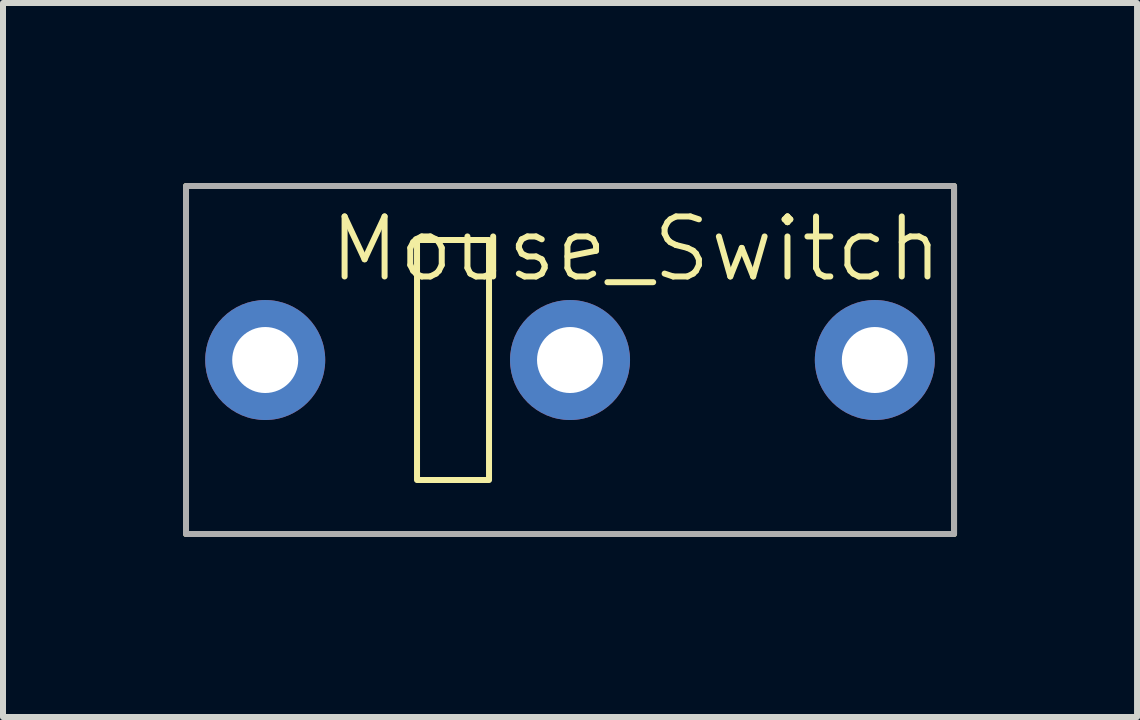
<source format=kicad_pcb>
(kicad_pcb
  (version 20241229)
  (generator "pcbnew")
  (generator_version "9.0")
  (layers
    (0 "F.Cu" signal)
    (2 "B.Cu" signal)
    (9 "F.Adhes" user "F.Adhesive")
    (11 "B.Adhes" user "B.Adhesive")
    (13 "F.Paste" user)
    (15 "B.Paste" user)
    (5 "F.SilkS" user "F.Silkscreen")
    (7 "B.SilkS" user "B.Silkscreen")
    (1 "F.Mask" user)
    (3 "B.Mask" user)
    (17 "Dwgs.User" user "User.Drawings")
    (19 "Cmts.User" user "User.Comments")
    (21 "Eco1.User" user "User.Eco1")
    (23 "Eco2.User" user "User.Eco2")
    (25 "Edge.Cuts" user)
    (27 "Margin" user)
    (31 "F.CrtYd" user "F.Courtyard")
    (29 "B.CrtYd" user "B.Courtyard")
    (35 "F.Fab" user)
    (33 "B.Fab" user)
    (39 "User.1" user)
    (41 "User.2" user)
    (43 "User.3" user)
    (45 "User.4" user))
  (footprint "Mouse_Switch"
    (layer "F.Cu")
    (at 6.45 2.95)
    (property "Reference" "Mouse_Switch" (at 1.1 -1.85 0) (unlocked yes) (layer "F.SilkS") (effects (font (size 1 1) (thickness 0.1))))
    (attr through_hole)
    (fp_rect (start -6.4 -2.9) (end 6.4 2.9) (stroke (width 0.1) (type default)) (fill no) (layer "F.SilkS"))
    (fp_rect (start -2.55 -2) (end -1.35 2) (stroke (width 0.1) (type default)) (fill no) (layer "F.SilkS"))
    (fp_rect (start -6.4 -2.9) (end 6.4 2.9) (stroke (width 0.1) (type default)) (fill no) (layer "F.Fab"))
    (pad "1" thru_hole circle (at -5.08 0) (size 2 2) (drill 1.1) (layers "*.Cu" "*.Mask"))
    (pad "2" thru_hole circle (at 0 0) (size 2 2) (drill 1.1) (layers "*.Cu" "*.Mask"))
    (pad "3" thru_hole circle (at 5.08 0) (size 2 2) (drill 1.1) (layers "*.Cu" "*.Mask")))
  (gr_rect
    (start -3 -3)
    (end 15.9 8.9)
    (stroke (width 0.1) (type default))
    (fill no)
    (layer "Edge.Cuts")))
</source>
